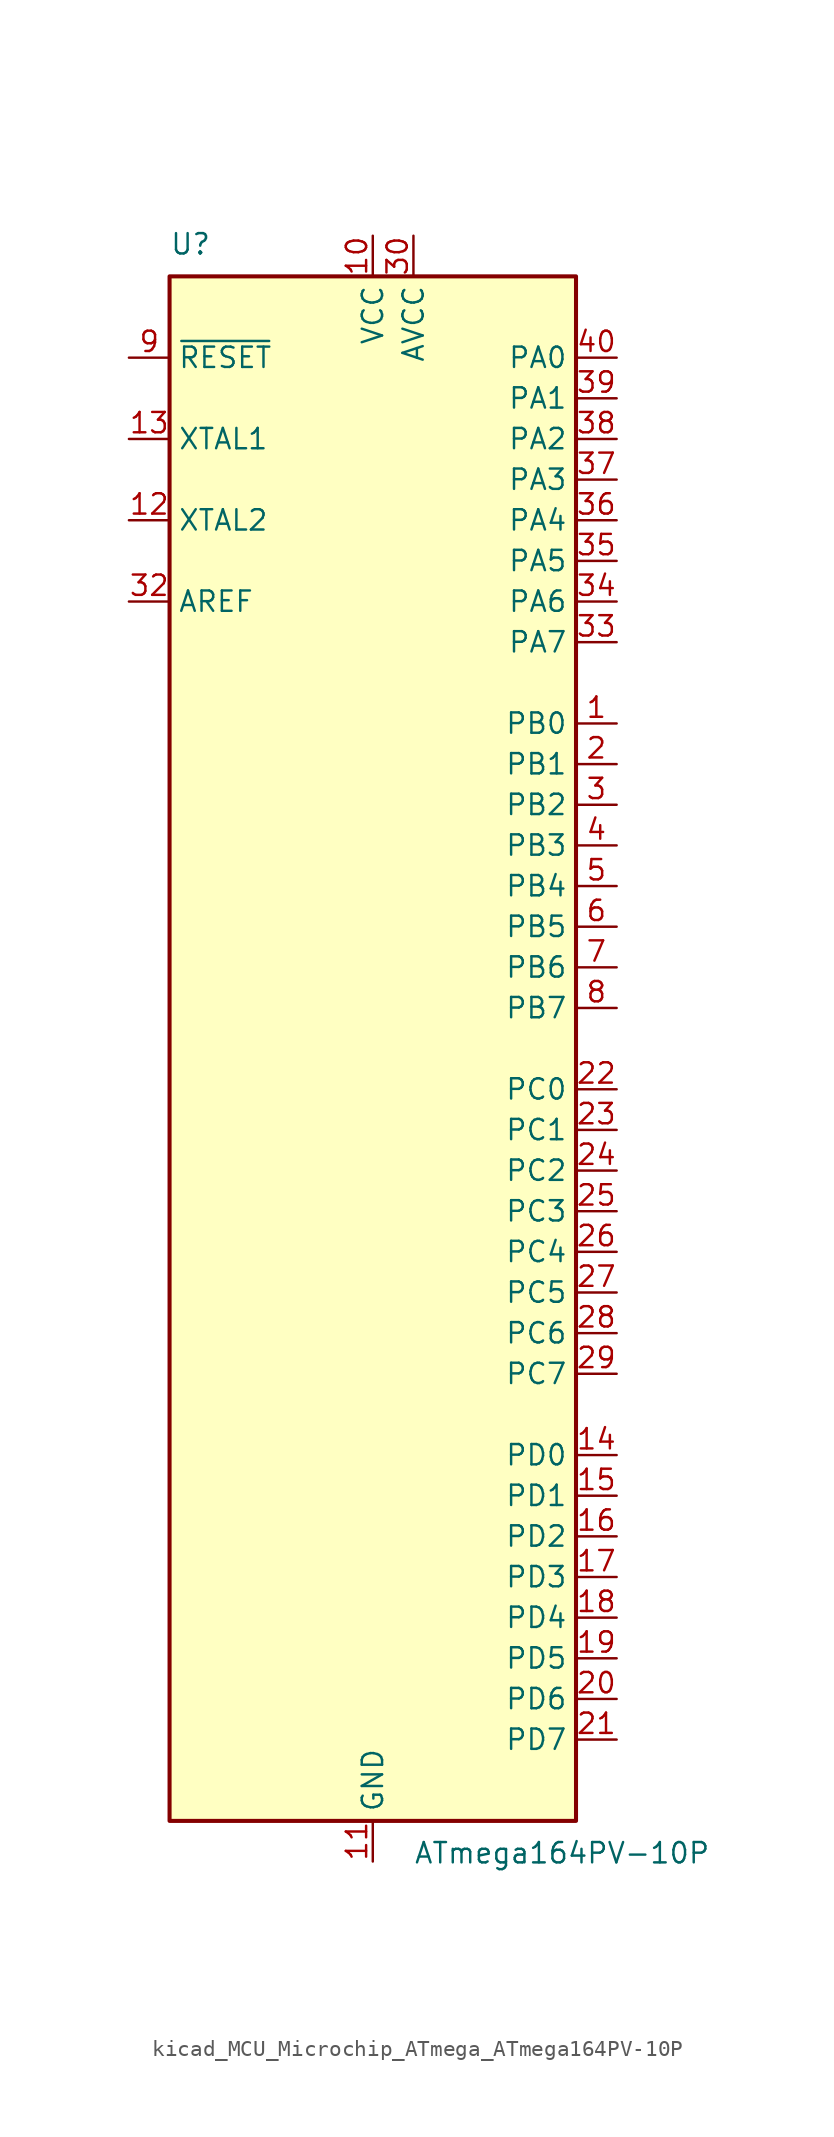
<source format=kicad_sym>
(kicad_symbol_lib
  (version 20220914)
  (generator kicad_symbol_editor)
  (symbol "kicad_MCU_Microchip_ATmega_ATmega164PV-10P"
    (property "Reference" "U"
      (at -12.7 49.53 0)
      (effects (font (size 1.27 1.27)) (justify left bottom)))
    (property "Value" "ATmega164PV-10P"
      (at 2.54 -49.53 0)
      (effects (font (size 1.27 1.27)) (justify left top)))
    (symbol "kicad_MCU_Microchip_ATmega_ATmega164PV-10P_0_1"
      (rectangle (start -12.7 -48.26) (end 12.7 48.26) (stroke (width 0.254) (type default)) (fill (type background))))
    (symbol "kicad_MCU_Microchip_ATmega_ATmega164PV-10P_1_1"
      (pin bidirectional line (at 15.24 20.32 180) (length 2.54) (name "PB0" (effects (font (size 1.27 1.27)))) (number "1" (effects (font (size 1.27 1.27)))))
      (pin power_in line (at 0 50.8 270) (length 2.54) (name "VCC" (effects (font (size 1.27 1.27)))) (number "10" (effects (font (size 1.27 1.27)))))
      (pin power_in line (at 0 -50.8 90) (length 2.54) (name "GND" (effects (font (size 1.27 1.27)))) (number "11" (effects (font (size 1.27 1.27)))))
      (pin output line (at -15.24 33.02 0) (length 2.54) (name "XTAL2" (effects (font (size 1.27 1.27)))) (number "12" (effects (font (size 1.27 1.27)))))
      (pin input line (at -15.24 38.1 0) (length 2.54) (name "XTAL1" (effects (font (size 1.27 1.27)))) (number "13" (effects (font (size 1.27 1.27)))))
      (pin bidirectional line (at 15.24 -25.4 180) (length 2.54) (name "PD0" (effects (font (size 1.27 1.27)))) (number "14" (effects (font (size 1.27 1.27)))))
      (pin bidirectional line (at 15.24 -27.94 180) (length 2.54) (name "PD1" (effects (font (size 1.27 1.27)))) (number "15" (effects (font (size 1.27 1.27)))))
      (pin bidirectional line (at 15.24 -30.48 180) (length 2.54) (name "PD2" (effects (font (size 1.27 1.27)))) (number "16" (effects (font (size 1.27 1.27)))))
      (pin bidirectional line (at 15.24 -33.02 180) (length 2.54) (name "PD3" (effects (font (size 1.27 1.27)))) (number "17" (effects (font (size 1.27 1.27)))))
      (pin bidirectional line (at 15.24 -35.56 180) (length 2.54) (name "PD4" (effects (font (size 1.27 1.27)))) (number "18" (effects (font (size 1.27 1.27)))))
      (pin bidirectional line (at 15.24 -38.1 180) (length 2.54) (name "PD5" (effects (font (size 1.27 1.27)))) (number "19" (effects (font (size 1.27 1.27)))))
      (pin bidirectional line (at 15.24 17.78 180) (length 2.54) (name "PB1" (effects (font (size 1.27 1.27)))) (number "2" (effects (font (size 1.27 1.27)))))
      (pin bidirectional line (at 15.24 -40.64 180) (length 2.54) (name "PD6" (effects (font (size 1.27 1.27)))) (number "20" (effects (font (size 1.27 1.27)))))
      (pin bidirectional line (at 15.24 -43.18 180) (length 2.54) (name "PD7" (effects (font (size 1.27 1.27)))) (number "21" (effects (font (size 1.27 1.27)))))
      (pin bidirectional line (at 15.24 -2.54 180) (length 2.54) (name "PC0" (effects (font (size 1.27 1.27)))) (number "22" (effects (font (size 1.27 1.27)))))
      (pin bidirectional line (at 15.24 -5.08 180) (length 2.54) (name "PC1" (effects (font (size 1.27 1.27)))) (number "23" (effects (font (size 1.27 1.27)))))
      (pin bidirectional line (at 15.24 -7.62 180) (length 2.54) (name "PC2" (effects (font (size 1.27 1.27)))) (number "24" (effects (font (size 1.27 1.27)))))
      (pin bidirectional line (at 15.24 -10.16 180) (length 2.54) (name "PC3" (effects (font (size 1.27 1.27)))) (number "25" (effects (font (size 1.27 1.27)))))
      (pin bidirectional line (at 15.24 -12.7 180) (length 2.54) (name "PC4" (effects (font (size 1.27 1.27)))) (number "26" (effects (font (size 1.27 1.27)))))
      (pin bidirectional line (at 15.24 -15.24 180) (length 2.54) (name "PC5" (effects (font (size 1.27 1.27)))) (number "27" (effects (font (size 1.27 1.27)))))
      (pin bidirectional line (at 15.24 -17.78 180) (length 2.54) (name "PC6" (effects (font (size 1.27 1.27)))) (number "28" (effects (font (size 1.27 1.27)))))
      (pin bidirectional line (at 15.24 -20.32 180) (length 2.54) (name "PC7" (effects (font (size 1.27 1.27)))) (number "29" (effects (font (size 1.27 1.27)))))
      (pin bidirectional line (at 15.24 15.24 180) (length 2.54) (name "PB2" (effects (font (size 1.27 1.27)))) (number "3" (effects (font (size 1.27 1.27)))))
      (pin power_in line (at 2.54 50.8 270) (length 2.54) (name "AVCC" (effects (font (size 1.27 1.27)))) (number "30" (effects (font (size 1.27 1.27)))))
      (pin passive line (at 0 -50.8 90) (length 2.54) hide (name "GND" (effects (font (size 1.27 1.27)))) (number "31" (effects (font (size 1.27 1.27)))))
      (pin passive line (at -15.24 27.94 0) (length 2.54) (name "AREF" (effects (font (size 1.27 1.27)))) (number "32" (effects (font (size 1.27 1.27)))))
      (pin bidirectional line (at 15.24 25.4 180) (length 2.54) (name "PA7" (effects (font (size 1.27 1.27)))) (number "33" (effects (font (size 1.27 1.27)))))
      (pin bidirectional line (at 15.24 27.94 180) (length 2.54) (name "PA6" (effects (font (size 1.27 1.27)))) (number "34" (effects (font (size 1.27 1.27)))))
      (pin bidirectional line (at 15.24 30.48 180) (length 2.54) (name "PA5" (effects (font (size 1.27 1.27)))) (number "35" (effects (font (size 1.27 1.27)))))
      (pin bidirectional line (at 15.24 33.02 180) (length 2.54) (name "PA4" (effects (font (size 1.27 1.27)))) (number "36" (effects (font (size 1.27 1.27)))))
      (pin bidirectional line (at 15.24 35.56 180) (length 2.54) (name "PA3" (effects (font (size 1.27 1.27)))) (number "37" (effects (font (size 1.27 1.27)))))
      (pin bidirectional line (at 15.24 38.1 180) (length 2.54) (name "PA2" (effects (font (size 1.27 1.27)))) (number "38" (effects (font (size 1.27 1.27)))))
      (pin bidirectional line (at 15.24 40.64 180) (length 2.54) (name "PA1" (effects (font (size 1.27 1.27)))) (number "39" (effects (font (size 1.27 1.27)))))
      (pin bidirectional line (at 15.24 12.7 180) (length 2.54) (name "PB3" (effects (font (size 1.27 1.27)))) (number "4" (effects (font (size 1.27 1.27)))))
      (pin bidirectional line (at 15.24 43.18 180) (length 2.54) (name "PA0" (effects (font (size 1.27 1.27)))) (number "40" (effects (font (size 1.27 1.27)))))
      (pin bidirectional line (at 15.24 10.16 180) (length 2.54) (name "PB4" (effects (font (size 1.27 1.27)))) (number "5" (effects (font (size 1.27 1.27)))))
      (pin bidirectional line (at 15.24 7.62 180) (length 2.54) (name "PB5" (effects (font (size 1.27 1.27)))) (number "6" (effects (font (size 1.27 1.27)))))
      (pin bidirectional line (at 15.24 5.08 180) (length 2.54) (name "PB6" (effects (font (size 1.27 1.27)))) (number "7" (effects (font (size 1.27 1.27)))))
      (pin bidirectional line (at 15.24 2.54 180) (length 2.54) (name "PB7" (effects (font (size 1.27 1.27)))) (number "8" (effects (font (size 1.27 1.27)))))
      (pin input line (at -15.24 43.18 0) (length 2.54) (name "~{RESET}" (effects (font (size 1.27 1.27)))) (number "9" (effects (font (size 1.27 1.27))))))))
</source>
